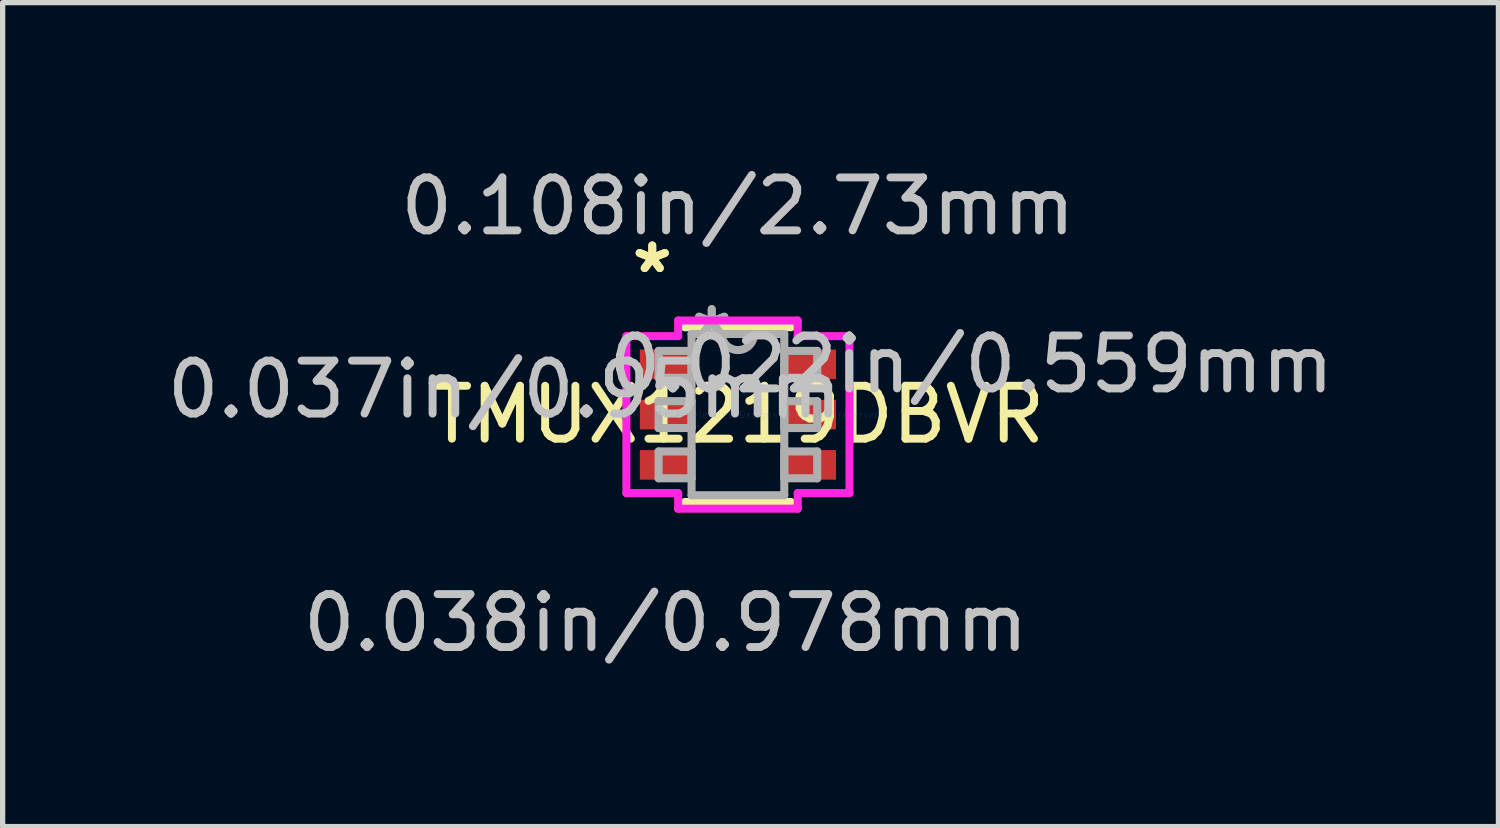
<source format=kicad_pcb>
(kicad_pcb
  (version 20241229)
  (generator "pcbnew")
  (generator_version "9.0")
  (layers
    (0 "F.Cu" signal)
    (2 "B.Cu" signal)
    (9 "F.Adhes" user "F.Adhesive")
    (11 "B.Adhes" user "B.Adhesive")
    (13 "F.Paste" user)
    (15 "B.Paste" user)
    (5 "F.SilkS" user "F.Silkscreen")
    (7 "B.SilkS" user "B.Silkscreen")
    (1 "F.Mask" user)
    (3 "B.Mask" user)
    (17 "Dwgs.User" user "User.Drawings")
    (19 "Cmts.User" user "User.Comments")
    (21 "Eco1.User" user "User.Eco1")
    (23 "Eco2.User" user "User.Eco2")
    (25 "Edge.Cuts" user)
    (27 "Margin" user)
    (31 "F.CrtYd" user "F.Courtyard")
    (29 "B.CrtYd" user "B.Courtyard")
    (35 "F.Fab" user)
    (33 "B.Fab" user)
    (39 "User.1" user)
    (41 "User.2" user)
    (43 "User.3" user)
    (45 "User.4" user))
  (footprint "TMUX1219DBVR"
    (layer "F.Cu")
    (at 10.895 4.785)
    (property "Reference" "TMUX1219DBVR" (at 0 0 0) (layer "F.SilkS") (effects (font (size 1 1) (thickness 0.15))))
    (attr through_hole)
    (fp_line (start -1.003 1.651) (end 1.003 1.651) (stroke (width 0.152) (type solid)) (layer "F.SilkS"))
    (fp_line (start 1.003 -1.651) (end -1.003 -1.651) (stroke (width 0.152) (type solid)) (layer "F.SilkS"))
    (fp_line (start -2.108 -1.483) (end -1.13 -1.483) (stroke (width 0.152) (type solid)) (layer "F.CrtYd"))
    (fp_line (start -2.108 1.483) (end -2.108 -1.483) (stroke (width 0.152) (type solid)) (layer "F.CrtYd"))
    (fp_line (start -1.13 -1.778) (end 1.13 -1.778) (stroke (width 0.152) (type solid)) (layer "F.CrtYd"))
    (fp_line (start -1.13 -1.483) (end -1.13 -1.778) (stroke (width 0.152) (type solid)) (layer "F.CrtYd"))
    (fp_line (start -1.13 1.483) (end -2.108 1.483) (stroke (width 0.152) (type solid)) (layer "F.CrtYd"))
    (fp_line (start -1.13 1.778) (end -1.13 1.483) (stroke (width 0.152) (type solid)) (layer "F.CrtYd"))
    (fp_line (start 1.13 -1.778) (end 1.13 -1.483) (stroke (width 0.152) (type solid)) (layer "F.CrtYd"))
    (fp_line (start 1.13 -1.483) (end 2.108 -1.483) (stroke (width 0.152) (type solid)) (layer "F.CrtYd"))
    (fp_line (start 1.13 1.483) (end 1.13 1.778) (stroke (width 0.152) (type solid)) (layer "F.CrtYd"))
    (fp_line (start 1.13 1.778) (end -1.13 1.778) (stroke (width 0.152) (type solid)) (layer "F.CrtYd"))
    (fp_line (start 2.108 -1.483) (end 2.108 1.483) (stroke (width 0.152) (type solid)) (layer "F.CrtYd"))
    (fp_line (start 2.108 1.483) (end 1.13 1.483) (stroke (width 0.152) (type solid)) (layer "F.CrtYd"))
    (fp_line (start -1.499 -1.204) (end -1.499 -0.696) (stroke (width 0.152) (type solid)) (layer "F.Fab"))
    (fp_line (start -1.499 -0.696) (end -0.876 -0.696) (stroke (width 0.152) (type solid)) (layer "F.Fab"))
    (fp_line (start -1.499 -0.254) (end -1.499 0.254) (stroke (width 0.152) (type solid)) (layer "F.Fab"))
    (fp_line (start -1.499 0.254) (end -0.876 0.254) (stroke (width 0.152) (type solid)) (layer "F.Fab"))
    (fp_line (start -1.499 0.696) (end -1.499 1.204) (stroke (width 0.152) (type solid)) (layer "F.Fab"))
    (fp_line (start -1.499 1.204) (end -0.876 1.204) (stroke (width 0.152) (type solid)) (layer "F.Fab"))
    (fp_line (start -0.876 -1.524) (end -0.876 1.524) (stroke (width 0.152) (type solid)) (layer "F.Fab"))
    (fp_line (start -0.876 -1.204) (end -1.499 -1.204) (stroke (width 0.152) (type solid)) (layer "F.Fab"))
    (fp_line (start -0.876 -0.696) (end -0.876 -1.204) (stroke (width 0.152) (type solid)) (layer "F.Fab"))
    (fp_line (start -0.876 -0.254) (end -1.499 -0.254) (stroke (width 0.152) (type solid)) (layer "F.Fab"))
    (fp_line (start -0.876 0.254) (end -0.876 -0.254) (stroke (width 0.152) (type solid)) (layer "F.Fab"))
    (fp_line (start -0.876 0.696) (end -1.499 0.696) (stroke (width 0.152) (type solid)) (layer "F.Fab"))
    (fp_line (start -0.876 1.204) (end -0.876 0.696) (stroke (width 0.152) (type solid)) (layer "F.Fab"))
    (fp_line (start -0.876 1.524) (end 0.876 1.524) (stroke (width 0.152) (type solid)) (layer "F.Fab"))
    (fp_line (start 0.876 -1.524) (end -0.876 -1.524) (stroke (width 0.152) (type solid)) (layer "F.Fab"))
    (fp_line (start 0.876 -1.204) (end 0.876 -0.696) (stroke (width 0.152) (type solid)) (layer "F.Fab"))
    (fp_line (start 0.876 -0.696) (end 1.499 -0.696) (stroke (width 0.152) (type solid)) (layer "F.Fab"))
    (fp_line (start 0.876 -0.254) (end 0.876 0.254) (stroke (width 0.152) (type solid)) (layer "F.Fab"))
    (fp_line (start 0.876 0.254) (end 1.499 0.254) (stroke (width 0.152) (type solid)) (layer "F.Fab"))
    (fp_line (start 0.876 0.696) (end 0.876 1.204) (stroke (width 0.152) (type solid)) (layer "F.Fab"))
    (fp_line (start 0.876 1.204) (end 1.499 1.204) (stroke (width 0.152) (type solid)) (layer "F.Fab"))
    (fp_line (start 0.876 1.524) (end 0.876 -1.524) (stroke (width 0.152) (type solid)) (layer "F.Fab"))
    (fp_line (start 1.499 -1.204) (end 0.876 -1.204) (stroke (width 0.152) (type solid)) (layer "F.Fab"))
    (fp_line (start 1.499 -0.696) (end 1.499 -1.204) (stroke (width 0.152) (type solid)) (layer "F.Fab"))
    (fp_line (start 1.499 -0.254) (end 0.876 -0.254) (stroke (width 0.152) (type solid)) (layer "F.Fab"))
    (fp_line (start 1.499 0.254) (end 1.499 -0.254) (stroke (width 0.152) (type solid)) (layer "F.Fab"))
    (fp_line (start 1.499 0.696) (end 0.876 0.696) (stroke (width 0.152) (type solid)) (layer "F.Fab"))
    (fp_line (start 1.499 1.204) (end 1.499 0.696) (stroke (width 0.152) (type solid)) (layer "F.Fab"))
    (fp_arc (start 0.3048 -1.524) (mid 0 -1.2192) (end -0.3048 -1.524) (stroke (width 0.1524) (type solid)) (layer "F.Fab"))
    (fp_text user "*" (at -1.619 -2.652 0) (layer "F.SilkS") (effects (font (size 1 1) (thickness 0.15))))
    (fp_text user "*" (at -1.619 -2.652 0) (layer "F.SilkS") (effects (font (size 1 1) (thickness 0.15))))
    (fp_text user "0.108in/2.73mm" (at 0 -3.937 0) (layer "Dwgs.User") (effects (font (size 1 1) (thickness 0.15))))
    (fp_text user "0.022in/0.559mm" (at 4.413 -0.95 0) (layer "Dwgs.User") (effects (font (size 1 1) (thickness 0.15))))
    (fp_text user "0.038in/0.978mm" (at -1.365 3.937 0) (layer "Dwgs.User") (effects (font (size 1 1) (thickness 0.15))))
    (fp_text user "0.037in/0.95mm" (at -4.413 -0.475 0) (layer "Dwgs.User") (effects (font (size 1 1) (thickness 0.15))))
    (fp_text user "Copyright 2016 Accelerated Designs. All rights reserved." (at 0 0 0) (layer "Cmts.User") (effects (font (size 0.127 0.127) (thickness 0.002))))
    (fp_text user "*" (at -0.495 -1.448 0) (layer "F.Fab") (effects (font (size 1 1) (thickness 0.15))))
    (fp_text user "*" (at -0.495 -1.448 0) (layer "F.Fab") (effects (font (size 1 1) (thickness 0.15))))
    (pad "1" smd rect (at -1.365 -0.95) (size 0.978 0.559) (layers "F.Cu" "F.Mask" "F.Paste"))
    (pad "2" smd rect (at -1.365 0) (size 0.978 0.559) (layers "F.Cu" "F.Mask" "F.Paste"))
    (pad "3" smd rect (at -1.365 0.95) (size 0.978 0.559) (layers "F.Cu" "F.Mask" "F.Paste"))
    (pad "4" smd rect (at 1.365 0.95) (size 0.978 0.559) (layers "F.Cu" "F.Mask" "F.Paste"))
    (pad "5" smd rect (at 1.365 0) (size 0.978 0.559) (layers "F.Cu" "F.Mask" "F.Paste"))
    (pad "6" smd rect (at 1.365 -0.95) (size 0.978 0.559) (layers "F.Cu" "F.Mask" "F.Paste")))
  (gr_rect
    (start -3 -3)
    (end 25.267 12.57)
    (stroke (width 0.1) (type default))
    (fill no)
    (layer "Edge.Cuts")))
</source>
